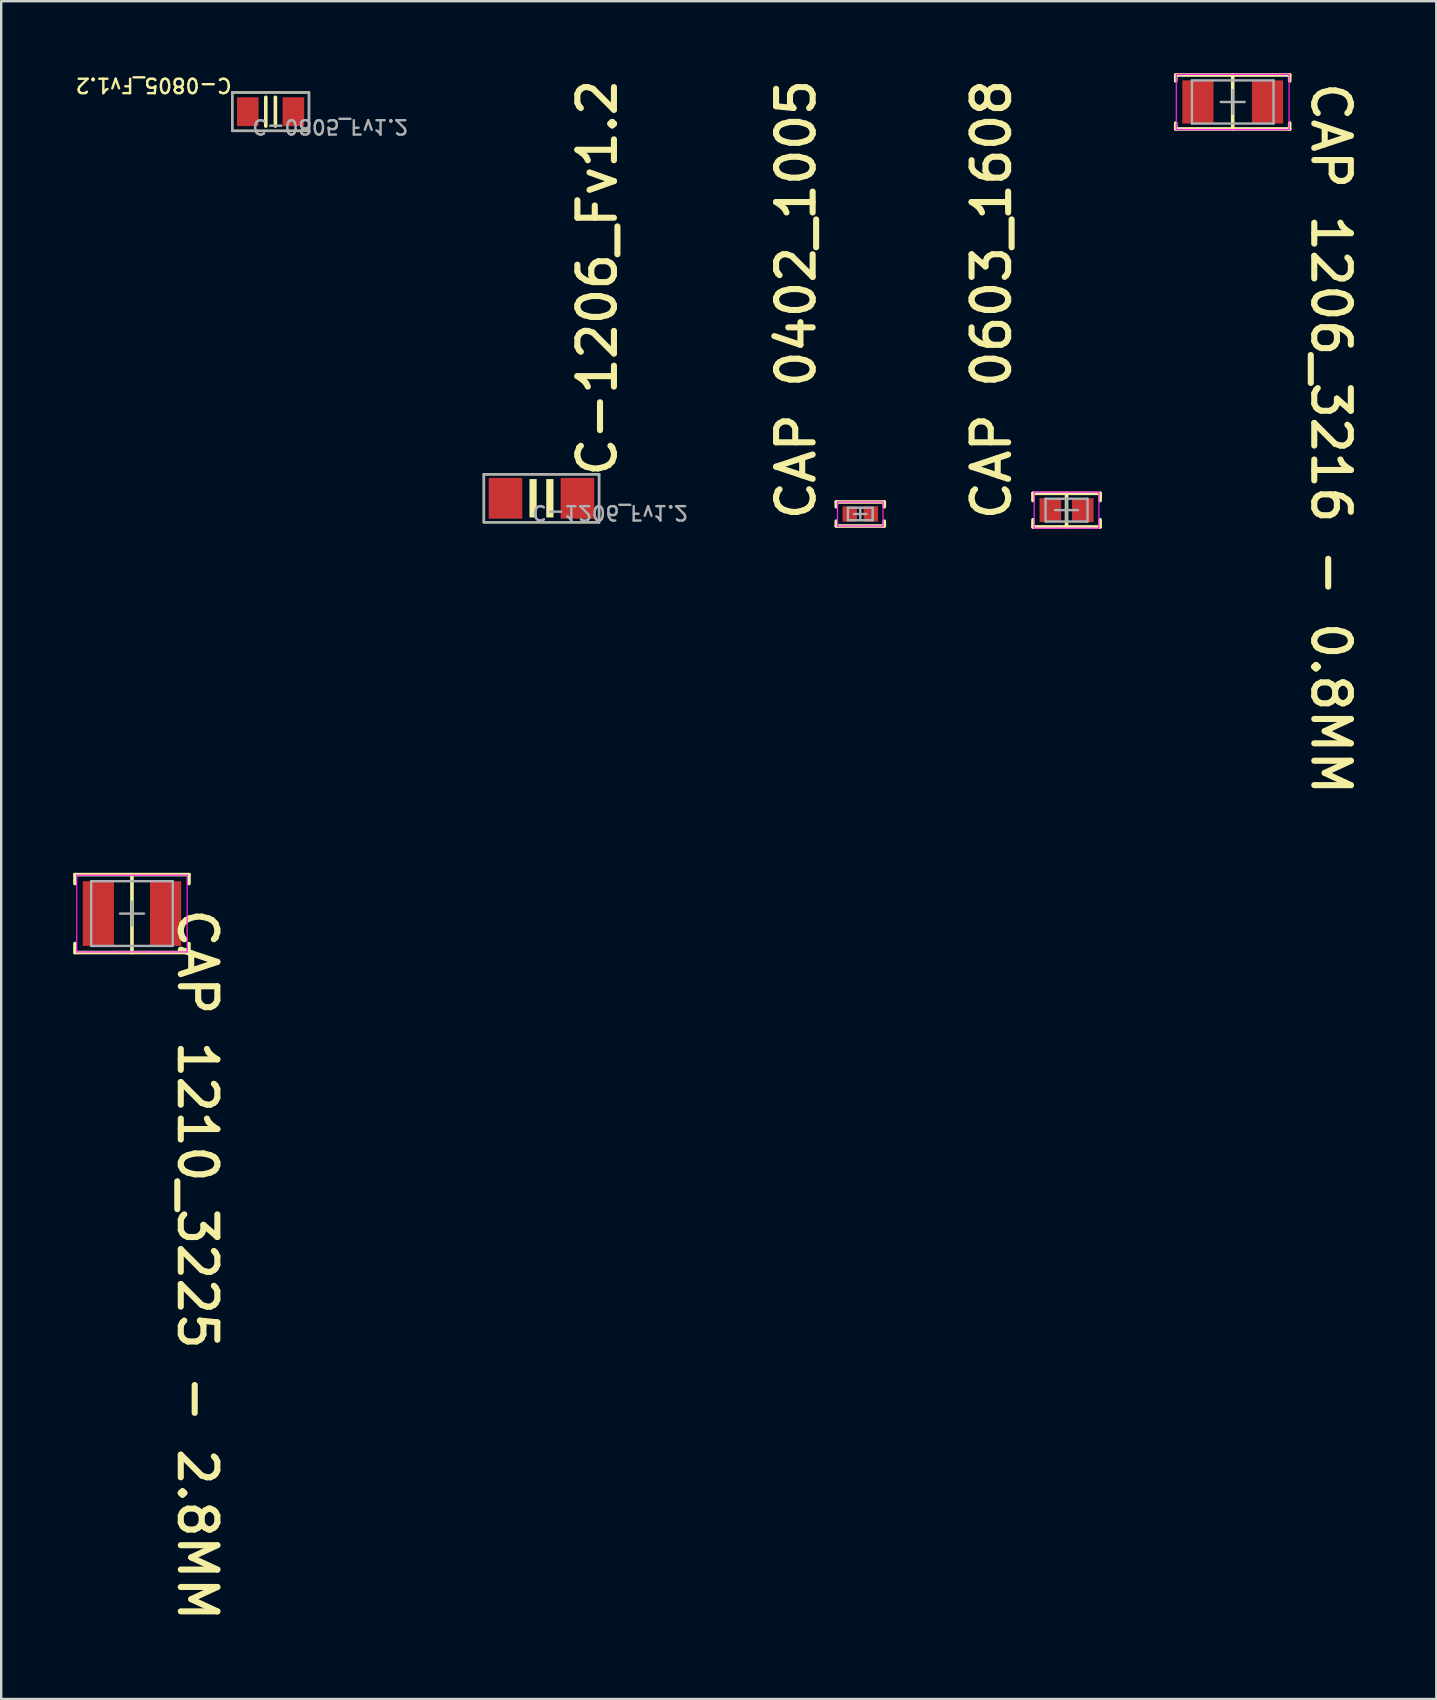
<source format=kicad_pcb>
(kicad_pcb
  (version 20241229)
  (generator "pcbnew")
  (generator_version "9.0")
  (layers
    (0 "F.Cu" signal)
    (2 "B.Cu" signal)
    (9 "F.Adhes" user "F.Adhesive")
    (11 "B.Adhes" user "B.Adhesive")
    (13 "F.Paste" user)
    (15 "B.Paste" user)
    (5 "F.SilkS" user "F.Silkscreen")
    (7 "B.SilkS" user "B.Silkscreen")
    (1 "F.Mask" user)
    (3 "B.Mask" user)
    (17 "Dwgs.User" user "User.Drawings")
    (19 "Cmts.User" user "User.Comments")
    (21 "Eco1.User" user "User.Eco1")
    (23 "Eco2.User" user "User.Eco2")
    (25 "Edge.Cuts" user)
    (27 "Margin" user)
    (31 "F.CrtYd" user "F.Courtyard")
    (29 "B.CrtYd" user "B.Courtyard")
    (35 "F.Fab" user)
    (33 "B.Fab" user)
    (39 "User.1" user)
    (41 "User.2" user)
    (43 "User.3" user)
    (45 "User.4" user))
  (footprint "CAP 0402_1005"
    (layer "F.Cu")
    (at 32.806 18.372)
    (property "Reference" "CAP 0402_1005" (at -1.786 0.373 90) (unlocked yes) (layer "F.SilkS") (effects (font (size 1.524 1.524) (thickness 0.254)) (justify left bottom)))
    (fp_line (start -1 -0.5) (end -1 -0.3) (stroke (width 0.15) (type solid)) (layer "F.SilkS"))
    (fp_line (start -1 0.3) (end -1 0.5) (stroke (width 0.15) (type solid)) (layer "F.SilkS"))
    (fp_line (start 1 -0.5) (end -1 -0.5) (stroke (width 0.15) (type solid)) (layer "F.SilkS"))
    (fp_line (start 1 -0.5) (end 1 -0.3) (stroke (width 0.15) (type solid)) (layer "F.SilkS"))
    (fp_line (start 1 0.3) (end 1 0.5) (stroke (width 0.15) (type solid)) (layer "F.SilkS"))
    (fp_line (start 1 0.5) (end -1 0.5) (stroke (width 0.15) (type solid)) (layer "F.SilkS"))
    (fp_line (start -0.95 -0.5) (end -0.95 0.5) (stroke (width 0.05) (type solid)) (layer "F.CrtYd"))
    (fp_line (start 0.95 -0.5) (end -0.95 -0.5) (stroke (width 0.05) (type solid)) (layer "F.CrtYd"))
    (fp_line (start 0.95 -0.5) (end 0.95 0.5) (stroke (width 0.05) (type solid)) (layer "F.CrtYd"))
    (fp_line (start 0.95 0.5) (end -0.95 0.5) (stroke (width 0.05) (type solid)) (layer "F.CrtYd"))
    (fp_line (start -0.515 -0.26) (end -0.515 0.26) (stroke (width 0.1) (type solid)) (layer "F.Fab"))
    (fp_line (start 0 -0.26) (end 0 0.26) (stroke (width 0.1) (type solid)) (layer "F.Fab"))
    (fp_line (start 0.26 0) (end -0.26 0) (stroke (width 0.1) (type solid)) (layer "F.Fab"))
    (fp_line (start 0.515 -0.26) (end -0.515 -0.26) (stroke (width 0.1) (type solid)) (layer "F.Fab"))
    (fp_line (start 0.515 -0.26) (end 0.515 0.26) (stroke (width 0.1) (type solid)) (layer "F.Fab"))
    (fp_line (start 0.515 0.26) (end -0.515 0.26) (stroke (width 0.1) (type solid)) (layer "F.Fab"))
    (pad "1" smd rect (at -0.44 0 90) (size 0.64 0.6) (layers "F.Cu" "F.Mask" "F.Paste"))
    (pad "2" smd rect (at 0.44 0 90) (size 0.64 0.6) (layers "F.Cu" "F.Mask" "F.Paste")))
  (footprint "C-1206_Fv1.2"
    (layer "F.Cu")
    (at 19.518 17.717)
    (property "Reference" "C-1206_Fv1.2" (at 3.22 -0.786 90) (unlocked yes) (layer "F.SilkS") (effects (font (size 1.524 1.524) (thickness 0.254)) (justify left bottom)))
    (fp_line (start -2.4 -1) (end 2.4 -1) (stroke (width 0.1) (type solid)) (layer "F.SilkS"))
    (fp_line (start -2.4 1) (end -2.4 -1) (stroke (width 0.1) (type solid)) (layer "F.SilkS"))
    (fp_line (start -2.4 1) (end 2.4 1) (stroke (width 0.1) (type solid)) (layer "F.SilkS"))
    (fp_line (start 2.4 1) (end 2.4 -1) (stroke (width 0.1) (type solid)) (layer "F.SilkS"))
    (fp_rect (start -0.5 0.8) (end -0.2 -0.8) (stroke (width 0) (type default)) (fill yes) (layer "F.SilkS"))
    (fp_rect (start 0.2 0.8) (end 0.5 -0.8) (stroke (width 0) (type default)) (fill yes) (layer "F.SilkS"))
    (fp_line (start -2.4 -1) (end 2.4 -1) (stroke (width 0.1) (type solid)) (layer "F.Fab"))
    (fp_line (start -2.4 1) (end -2.4 -1) (stroke (width 0.1) (type solid)) (layer "F.Fab"))
    (fp_line (start -2.4 1) (end 2.4 1) (stroke (width 0.1) (type solid)) (layer "F.Fab"))
    (fp_line (start 2.4 1) (end 2.4 -1) (stroke (width 0.1) (type solid)) (layer "F.Fab"))
    (fp_text user "${REFERENCE}" (at -0.45 0.251 180) (unlocked yes) (layer "F.Fab") (effects (font (size 0.6 0.6) (thickness 0.1)) (justify left bottom mirror)))
    (pad "1" smd rect (at -1.5 0 180) (size 1.4 1.7) (layers "F.Cu" "F.Mask" "F.Paste"))
    (pad "2" smd rect (at 1.5 0 180) (size 1.4 1.7) (layers "F.Cu" "F.Mask" "F.Paste")))
  (footprint "C-0805_Fv1.2"
    (layer "F.Cu")
    (at 8.228 1.605)
    (property "Reference" "C-0805_Fv1.2" (at -1.562 -1.452 180) (unlocked yes) (layer "F.SilkS") (effects (font (size 0.6 0.6) (thickness 0.1)) (justify left bottom)))
    (fp_line (start -1.6 0.8) (end -1.6 -0.8) (stroke (width 0.1) (type solid)) (layer "F.SilkS"))
    (fp_line (start -0.2 0.6) (end -0.2 -0.6) (stroke (width 0.15) (type solid)) (layer "F.SilkS"))
    (fp_line (start 0.2 0.6) (end 0.2 -0.6) (stroke (width 0.15) (type solid)) (layer "F.SilkS"))
    (fp_line (start 1.6 -0.8) (end -1.6 -0.8) (stroke (width 0.1) (type solid)) (layer "F.SilkS"))
    (fp_line (start 1.6 0.8) (end -1.6 0.8) (stroke (width 0.1) (type solid)) (layer "F.SilkS"))
    (fp_line (start 1.6 0.8) (end 1.6 -0.8) (stroke (width 0.1) (type solid)) (layer "F.SilkS"))
    (fp_line (start -1.6 0.8) (end -1.6 -0.8) (stroke (width 0.1) (type solid)) (layer "F.Fab"))
    (fp_line (start 1.6 -0.8) (end -1.6 -0.8) (stroke (width 0.1) (type solid)) (layer "F.Fab"))
    (fp_line (start 1.6 0.8) (end -1.6 0.8) (stroke (width 0.1) (type solid)) (layer "F.Fab"))
    (fp_line (start 1.6 0.8) (end 1.6 -0.8) (stroke (width 0.1) (type solid)) (layer "F.Fab"))
    (fp_text user "${REFERENCE}" (at -0.825 0.275 180) (unlocked yes) (layer "F.Fab") (effects (font (size 0.6 0.6) (thickness 0.1)) (justify left bottom mirror)))
    (pad "1" smd rect (at -0.95 0) (size 0.9 1.2) (layers "F.Cu" "F.Mask" "F.Paste"))
    (pad "2" smd rect (at 0.95 0) (size 0.9 1.2) (layers "F.Cu" "F.Mask" "F.Paste")))
  (footprint "CAP 0603_1608"
    (layer "F.Cu")
    (at 41.403 18.212)
    (property "Reference" "CAP 0603_1608" (at -2.235 0.533 90) (unlocked yes) (layer "F.SilkS") (effects (font (size 1.524 1.524) (thickness 0.254)) (justify left bottom)))
    (fp_line (start -1.4 -0.7) (end -1.4 -0.4) (stroke (width 0.15) (type solid)) (layer "F.SilkS"))
    (fp_line (start -1.4 0.4) (end -1.4 0.7) (stroke (width 0.15) (type solid)) (layer "F.SilkS"))
    (fp_line (start 0 -0.7) (end 0 0.7) (stroke (width 0.15) (type solid)) (layer "F.SilkS"))
    (fp_line (start 1.4 -0.7) (end -1.4 -0.7) (stroke (width 0.15) (type solid)) (layer "F.SilkS"))
    (fp_line (start 1.4 -0.7) (end 1.4 -0.4) (stroke (width 0.15) (type solid)) (layer "F.SilkS"))
    (fp_line (start 1.4 0.4) (end 1.4 0.7) (stroke (width 0.15) (type solid)) (layer "F.SilkS"))
    (fp_line (start 1.4 0.7) (end -1.4 0.7) (stroke (width 0.15) (type solid)) (layer "F.SilkS"))
    (fp_line (start -1.35 -0.75) (end -1.35 0.75) (stroke (width 0.05) (type solid)) (layer "F.CrtYd"))
    (fp_line (start 1.35 -0.75) (end -1.35 -0.75) (stroke (width 0.05) (type solid)) (layer "F.CrtYd"))
    (fp_line (start 1.35 -0.75) (end 1.35 0.75) (stroke (width 0.05) (type solid)) (layer "F.CrtYd"))
    (fp_line (start 1.35 0.75) (end -1.35 0.75) (stroke (width 0.05) (type solid)) (layer "F.CrtYd"))
    (fp_line (start -0.875 -0.475) (end -0.875 0.475) (stroke (width 0.1) (type solid)) (layer "F.Fab"))
    (fp_line (start 0 -0.475) (end 0 0.475) (stroke (width 0.1) (type solid)) (layer "F.Fab"))
    (fp_line (start 0.475 0) (end -0.475 0) (stroke (width 0.1) (type solid)) (layer "F.Fab"))
    (fp_line (start 0.875 -0.475) (end -0.875 -0.475) (stroke (width 0.1) (type solid)) (layer "F.Fab"))
    (fp_line (start 0.875 -0.475) (end 0.875 0.475) (stroke (width 0.1) (type solid)) (layer "F.Fab"))
    (fp_line (start 0.875 0.475) (end -0.875 0.475) (stroke (width 0.1) (type solid)) (layer "F.Fab"))
    (pad "1" smd rect (at -0.675 0 90) (size 1 0.9) (layers "F.Cu" "F.Mask" "F.Paste"))
    (pad "2" smd rect (at 0.675 0 90) (size 1 0.9) (layers "F.Cu" "F.Mask" "F.Paste")))
  (footprint "CAP 1206_3216 - 0.8MM"
    (layer "F.Cu")
    (at 48.328 1.2)
    (property "Reference" "CAP 1206_3216 - 0.8MM" (at 3.2 -0.94 270) (unlocked yes) (layer "F.SilkS") (effects (font (size 1.524 1.524) (thickness 0.254)) (justify left bottom)))
    (fp_line (start -2.375 -1.125) (end 2.375 -1.125) (stroke (width 0.15) (type solid)) (layer "F.SilkS"))
    (fp_line (start -2.375 -0.875) (end -2.375 -1.125) (stroke (width 0.15) (type solid)) (layer "F.SilkS"))
    (fp_line (start -2.375 1.125) (end -2.375 0.875) (stroke (width 0.15) (type solid)) (layer "F.SilkS"))
    (fp_line (start -2.375 1.125) (end 2.375 1.125) (stroke (width 0.15) (type solid)) (layer "F.SilkS"))
    (fp_line (start 0 1.125) (end 0 -1.125) (stroke (width 0.15) (type solid)) (layer "F.SilkS"))
    (fp_line (start 2.375 -0.875) (end 2.375 -1.125) (stroke (width 0.15) (type solid)) (layer "F.SilkS"))
    (fp_line (start 2.375 1.125) (end 2.375 0.875) (stroke (width 0.15) (type solid)) (layer "F.SilkS"))
    (fp_line (start -2.35 -1.15) (end 2.35 -1.15) (stroke (width 0.05) (type solid)) (layer "F.CrtYd"))
    (fp_line (start -2.35 1.15) (end -2.35 -1.15) (stroke (width 0.05) (type solid)) (layer "F.CrtYd"))
    (fp_line (start -2.35 1.15) (end 2.35 1.15) (stroke (width 0.05) (type solid)) (layer "F.CrtYd"))
    (fp_line (start 2.35 1.15) (end 2.35 -1.15) (stroke (width 0.05) (type solid)) (layer "F.CrtYd"))
    (fp_line (start -1.7 -0.9) (end 1.7 -0.9) (stroke (width 0.1) (type solid)) (layer "F.Fab"))
    (fp_line (start -1.7 0.9) (end -1.7 -0.9) (stroke (width 0.1) (type solid)) (layer "F.Fab"))
    (fp_line (start -1.7 0.9) (end 1.7 0.9) (stroke (width 0.1) (type solid)) (layer "F.Fab"))
    (fp_line (start -0.5 0) (end 0.5 0) (stroke (width 0.1) (type solid)) (layer "F.Fab"))
    (fp_line (start 0 0.5) (end 0 -0.5) (stroke (width 0.1) (type solid)) (layer "F.Fab"))
    (fp_line (start 1.7 0.9) (end 1.7 -0.9) (stroke (width 0.1) (type solid)) (layer "F.Fab"))
    (pad "1" smd rect (at -1.45 0 90) (size 1.8 1.3) (layers "F.Cu" "F.Mask" "F.Paste"))
    (pad "2" smd rect (at 1.45 0 90) (size 1.8 1.3) (layers "F.Cu" "F.Mask" "F.Paste")))
  (footprint "CAP 1210_3225 - 2.8MM"
    (layer "F.Cu")
    (at 2.45 35.027)
    (property "Reference" "CAP 1210_3225 - 2.8MM" (at 1.835 -0.33 270) (unlocked yes) (layer "F.SilkS") (effects (font (size 1.524 1.524) (thickness 0.254)) (justify left bottom)))
    (fp_line (start -2.375 -1.625) (end 2.375 -1.625) (stroke (width 0.15) (type solid)) (layer "F.SilkS"))
    (fp_line (start -2.375 -1.25) (end -2.375 -1.625) (stroke (width 0.15) (type solid)) (layer "F.SilkS"))
    (fp_line (start -2.375 1.625) (end -2.375 1.25) (stroke (width 0.15) (type solid)) (layer "F.SilkS"))
    (fp_line (start -2.375 1.625) (end 2.375 1.625) (stroke (width 0.15) (type solid)) (layer "F.SilkS"))
    (fp_line (start 0 1.625) (end 0 -1.625) (stroke (width 0.15) (type solid)) (layer "F.SilkS"))
    (fp_line (start 2.375 -1.25) (end 2.375 -1.625) (stroke (width 0.15) (type solid)) (layer "F.SilkS"))
    (fp_line (start 2.375 1.625) (end 2.375 1.25) (stroke (width 0.15) (type solid)) (layer "F.SilkS"))
    (fp_line (start -2.3 -1.6) (end 2.3 -1.6) (stroke (width 0.05) (type solid)) (layer "F.CrtYd"))
    (fp_line (start -2.3 1.6) (end -2.3 -1.6) (stroke (width 0.05) (type solid)) (layer "F.CrtYd"))
    (fp_line (start -2.3 1.6) (end 2.3 1.6) (stroke (width 0.05) (type solid)) (layer "F.CrtYd"))
    (fp_line (start 2.3 1.6) (end 2.3 -1.6) (stroke (width 0.05) (type solid)) (layer "F.CrtYd"))
    (fp_line (start -1.7 -1.35) (end 1.7 -1.35) (stroke (width 0.1) (type solid)) (layer "F.Fab"))
    (fp_line (start -1.7 1.35) (end -1.7 -1.35) (stroke (width 0.1) (type solid)) (layer "F.Fab"))
    (fp_line (start -1.7 1.35) (end 1.7 1.35) (stroke (width 0.1) (type solid)) (layer "F.Fab"))
    (fp_line (start -0.5 0) (end 0.5 0) (stroke (width 0.1) (type solid)) (layer "F.Fab"))
    (fp_line (start 0 0.5) (end 0 -0.5) (stroke (width 0.1) (type solid)) (layer "F.Fab"))
    (fp_line (start 1.7 1.35) (end 1.7 -1.35) (stroke (width 0.1) (type solid)) (layer "F.Fab"))
    (pad "1" smd rect (at -1.4 0 90) (size 2.7 1.3) (layers "F.Cu" "F.Mask" "F.Paste"))
    (pad "2" smd rect (at 1.4 0 90) (size 2.7 1.3) (layers "F.Cu" "F.Mask" "F.Paste")))
  (gr_rect
    (start -3 -3)
    (end 56.814 67.763)
    (stroke (width 0.1) (type default))
    (fill no)
    (layer "Edge.Cuts")))
</source>
